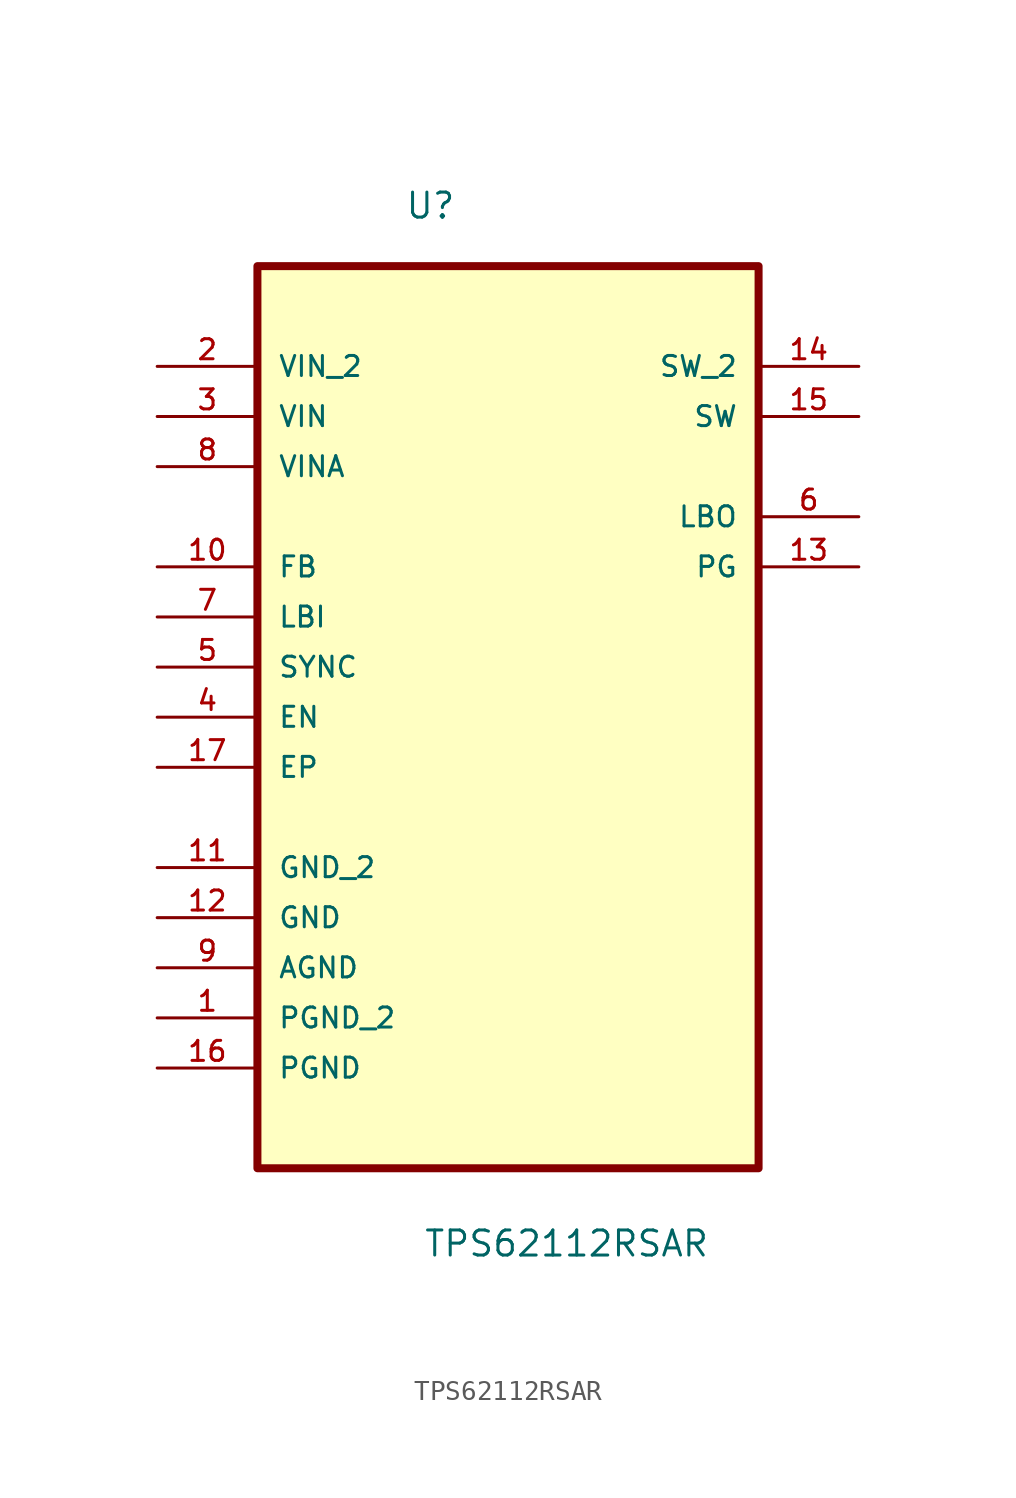
<source format=kicad_sym>
(kicad_symbol_lib
  (version 20211014)
  (generator kicad_symbol_editor)
  (symbol "TPS62112RSAR"
    (pin_names
      (offset 1.016))
    (property "Reference" "U"
      (at -5.24 22.641 0.0)
      (effects (font (size 1.27 1.27)) (justify bottom left)))
    (property "Value" "TPS62112RSAR"
      (at -4.298 -29.962 0.0)
      (effects (font (size 1.27 1.27)) (justify bottom left)))
    (symbol "TPS62112RSAR_0_0"
      (rectangle (start -12.7 -25.4) (end 12.7 20.32) (stroke (width 0.406)) (fill (type background)))
      (pin power_in line (at -17.78 15.24 0) (length 5.08) (name "VIN_2" (effects (font (size 1.016 1.016)))) (number "2" (effects (font (size 1.016 1.016)))))
      (pin power_in line (at -17.78 12.7 0) (length 5.08) (name "VIN" (effects (font (size 1.016 1.016)))) (number "3" (effects (font (size 1.016 1.016)))))
      (pin power_in line (at -17.78 10.16 0) (length 5.08) (name "VINA" (effects (font (size 1.016 1.016)))) (number "8" (effects (font (size 1.016 1.016)))))
      (pin input line (at -17.78 5.08 0) (length 5.08) (name "FB" (effects (font (size 1.016 1.016)))) (number "10" (effects (font (size 1.016 1.016)))))
      (pin input line (at -17.78 2.54 0) (length 5.08) (name "LBI" (effects (font (size 1.016 1.016)))) (number "7" (effects (font (size 1.016 1.016)))))
      (pin input line (at -17.78 0.0 0) (length 5.08) (name "SYNC" (effects (font (size 1.016 1.016)))) (number "5" (effects (font (size 1.016 1.016)))))
      (pin input line (at -17.78 -2.54 0) (length 5.08) (name "EN" (effects (font (size 1.016 1.016)))) (number "4" (effects (font (size 1.016 1.016)))))
      (pin passive line (at -17.78 -5.08 0) (length 5.08) (name "EP" (effects (font (size 1.016 1.016)))) (number "17" (effects (font (size 1.016 1.016)))))
      (pin passive line (at -17.78 -10.16 0) (length 5.08) (name "GND_2" (effects (font (size 1.016 1.016)))) (number "11" (effects (font (size 1.016 1.016)))))
      (pin passive line (at -17.78 -12.7 0) (length 5.08) (name "GND" (effects (font (size 1.016 1.016)))) (number "12" (effects (font (size 1.016 1.016)))))
      (pin passive line (at -17.78 -15.24 0) (length 5.08) (name "AGND" (effects (font (size 1.016 1.016)))) (number "9" (effects (font (size 1.016 1.016)))))
      (pin passive line (at -17.78 -17.78 0) (length 5.08) (name "PGND_2" (effects (font (size 1.016 1.016)))) (number "1" (effects (font (size 1.016 1.016)))))
      (pin passive line (at -17.78 -20.32 0) (length 5.08) (name "PGND" (effects (font (size 1.016 1.016)))) (number "16" (effects (font (size 1.016 1.016)))))
      (pin output line (at 17.78 15.24 180.0) (length 5.08) (name "SW_2" (effects (font (size 1.016 1.016)))) (number "14" (effects (font (size 1.016 1.016)))))
      (pin output line (at 17.78 12.7 180.0) (length 5.08) (name "SW" (effects (font (size 1.016 1.016)))) (number "15" (effects (font (size 1.016 1.016)))))
      (pin output line (at 17.78 7.62 180.0) (length 5.08) (name "LBO" (effects (font (size 1.016 1.016)))) (number "6" (effects (font (size 1.016 1.016)))))
      (pin output line (at 17.78 5.08 180.0) (length 5.08) (name "PG" (effects (font (size 1.016 1.016)))) (number "13" (effects (font (size 1.016 1.016))))))))
</source>
